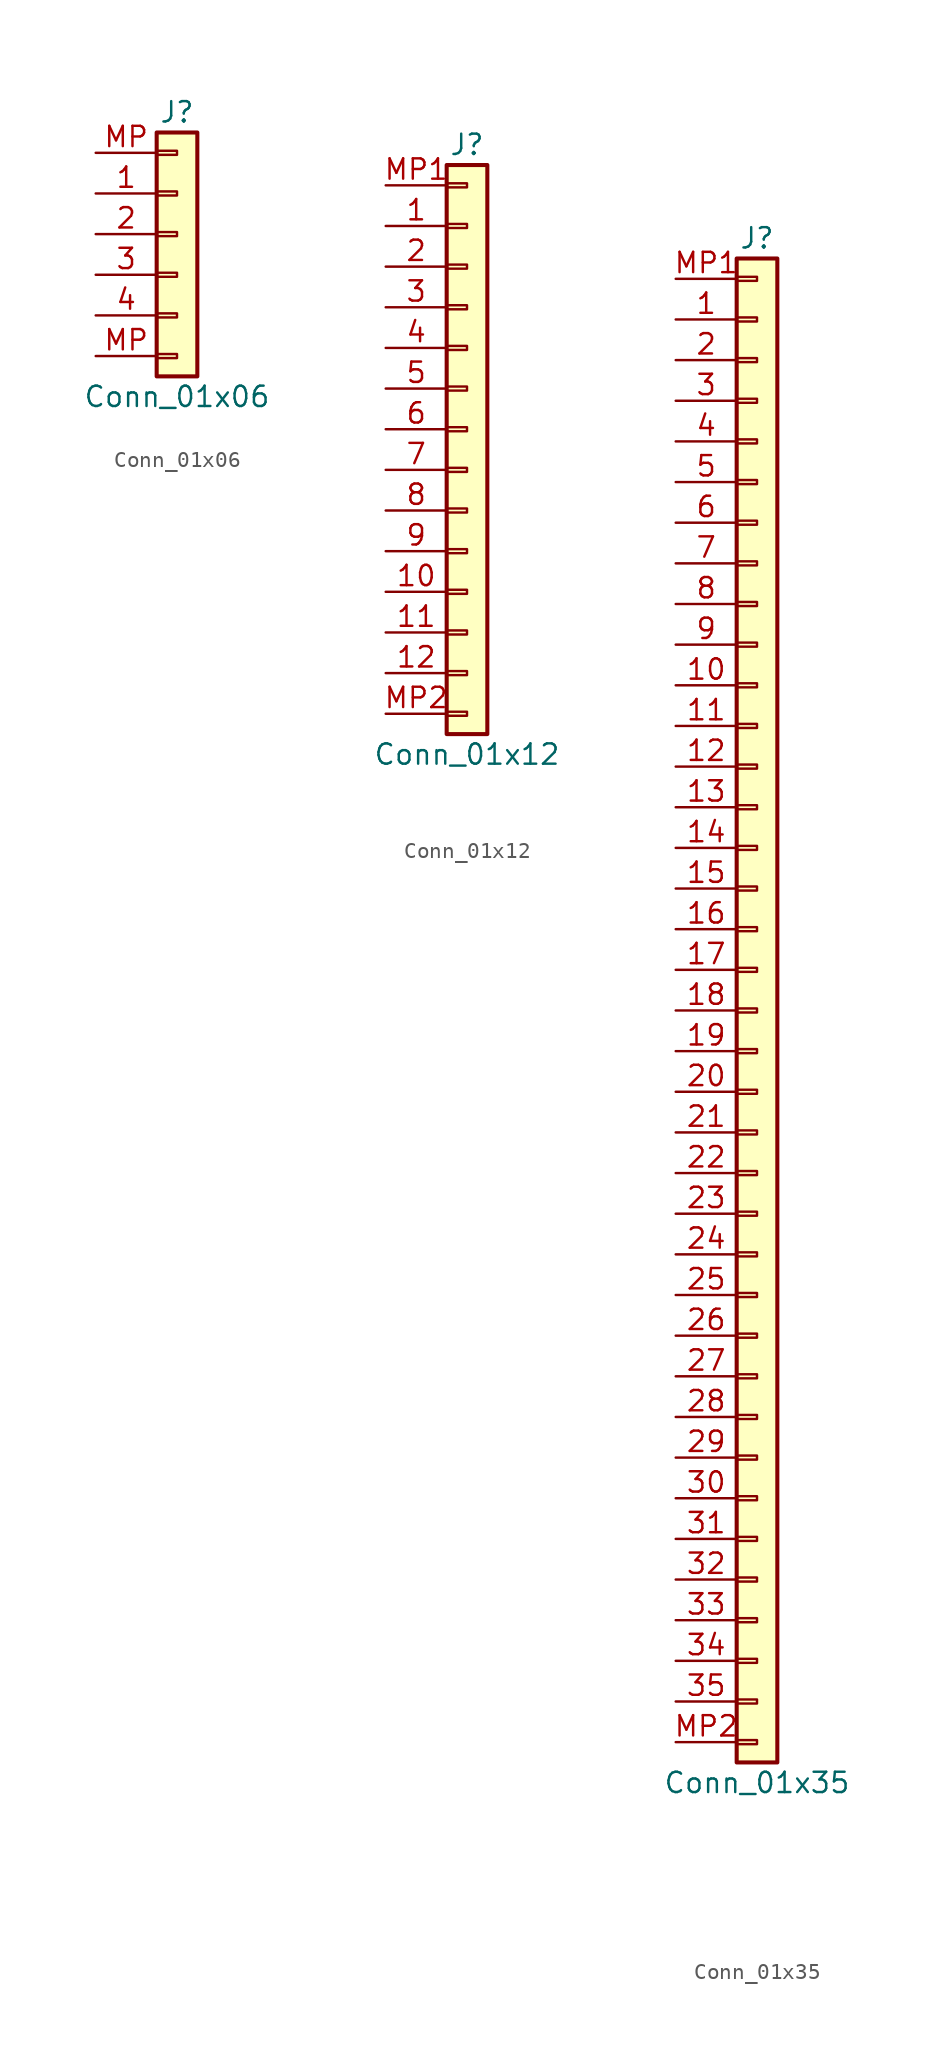
<source format=kicad_sym>
(kicad_symbol_lib
  (version 20220914)
  (generator kicad_symbol_editor)
  (symbol "Conn_01x06"
    (pin_names
      (offset 1.016) hide)
    (property "Reference" "J"
      (at 0 7.62 0)
      (effects (font (size 1.27 1.27))))
    (property "Value" "Conn_01x06"
      (at 0 -10.16 0)
      (effects (font (size 1.27 1.27))))
    (symbol "Conn_01x06_1_1"
      (rectangle (start -1.27 -7.493) (end 0 -7.747) (stroke (width 0.152) (type default)) (fill (type none)))
      (rectangle (start -1.27 -4.953) (end 0 -5.207) (stroke (width 0.152) (type default)) (fill (type none)))
      (rectangle (start -1.27 -2.413) (end 0 -2.667) (stroke (width 0.152) (type default)) (fill (type none)))
      (rectangle (start -1.27 0.127) (end 0 -0.127) (stroke (width 0.152) (type default)) (fill (type none)))
      (rectangle (start -1.27 2.667) (end 0 2.413) (stroke (width 0.152) (type default)) (fill (type none)))
      (rectangle (start -1.27 5.207) (end 0 4.953) (stroke (width 0.152) (type default)) (fill (type none)))
      (rectangle (start -1.27 6.35) (end 1.27 -8.89) (stroke (width 0.254) (type default)) (fill (type background)))
      (pin passive line (at -5.08 2.54 0) (length 3.81) (name "Pin_1" (effects (font (size 1.27 1.27)))) (number "1" (effects (font (size 1.27 1.27)))))
      (pin passive line (at -5.08 0 0) (length 3.81) (name "Pin_2" (effects (font (size 1.27 1.27)))) (number "2" (effects (font (size 1.27 1.27)))))
      (pin passive line (at -5.08 -2.54 0) (length 3.81) (name "Pin_3" (effects (font (size 1.27 1.27)))) (number "3" (effects (font (size 1.27 1.27)))))
      (pin passive line (at -5.08 -5.08 0) (length 3.81) (name "Pin_4" (effects (font (size 1.27 1.27)))) (number "4" (effects (font (size 1.27 1.27)))))
      (pin passive line (at -5.08 -7.62 0) (length 3.81) (name "MP" (effects (font (size 1.27 1.27)))) (number "MP" (effects (font (size 1.27 1.27)))))
      (pin passive line (at -5.08 5.08 0) (length 3.81) (name "MP" (effects (font (size 1.27 1.27)))) (number "MP" (effects (font (size 1.27 1.27)))))))
  (symbol "Conn_01x12"
    (pin_names
      (offset 1.016) hide)
    (property "Reference" "J"
      (at 0 15.24 0)
      (effects (font (size 1.27 1.27))))
    (property "Value" "Conn_01x12"
      (at 0 -22.86 0)
      (effects (font (size 1.27 1.27))))
    (symbol "Conn_01x12_1_1"
      (rectangle (start -1.27 -20.193) (end 0 -20.447) (stroke (width 0.152) (type default)) (fill (type none)))
      (rectangle (start -1.27 -17.653) (end 0 -17.907) (stroke (width 0.152) (type default)) (fill (type none)))
      (rectangle (start -1.27 -15.113) (end 0 -15.367) (stroke (width 0.152) (type default)) (fill (type none)))
      (rectangle (start -1.27 -12.573) (end 0 -12.827) (stroke (width 0.152) (type default)) (fill (type none)))
      (rectangle (start -1.27 -10.033) (end 0 -10.287) (stroke (width 0.152) (type default)) (fill (type none)))
      (rectangle (start -1.27 -7.493) (end 0 -7.747) (stroke (width 0.152) (type default)) (fill (type none)))
      (rectangle (start -1.27 -4.953) (end 0 -5.207) (stroke (width 0.152) (type default)) (fill (type none)))
      (rectangle (start -1.27 -2.413) (end 0 -2.667) (stroke (width 0.152) (type default)) (fill (type none)))
      (rectangle (start -1.27 0.127) (end 0 -0.127) (stroke (width 0.152) (type default)) (fill (type none)))
      (rectangle (start -1.27 2.667) (end 0 2.413) (stroke (width 0.152) (type default)) (fill (type none)))
      (rectangle (start -1.27 5.207) (end 0 4.953) (stroke (width 0.152) (type default)) (fill (type none)))
      (rectangle (start -1.27 7.747) (end 0 7.493) (stroke (width 0.152) (type default)) (fill (type none)))
      (rectangle (start -1.27 10.287) (end 0 10.033) (stroke (width 0.152) (type default)) (fill (type none)))
      (rectangle (start -1.27 12.827) (end 0 12.573) (stroke (width 0.152) (type default)) (fill (type none)))
      (rectangle (start -1.27 13.97) (end 1.27 -21.59) (stroke (width 0.254) (type default)) (fill (type background)))
      (pin passive line (at -5.08 10.16 0) (length 3.81) (name "Pin_1" (effects (font (size 1.27 1.27)))) (number "1" (effects (font (size 1.27 1.27)))))
      (pin passive line (at -5.08 -12.7 0) (length 3.81) (name "Pin_10" (effects (font (size 1.27 1.27)))) (number "10" (effects (font (size 1.27 1.27)))))
      (pin passive line (at -5.08 -15.24 0) (length 3.81) (name "Pin_11" (effects (font (size 1.27 1.27)))) (number "11" (effects (font (size 1.27 1.27)))))
      (pin passive line (at -5.08 -17.78 0) (length 3.81) (name "Pin_12" (effects (font (size 1.27 1.27)))) (number "12" (effects (font (size 1.27 1.27)))))
      (pin passive line (at -5.08 7.62 0) (length 3.81) (name "Pin_2" (effects (font (size 1.27 1.27)))) (number "2" (effects (font (size 1.27 1.27)))))
      (pin passive line (at -5.08 5.08 0) (length 3.81) (name "Pin_3" (effects (font (size 1.27 1.27)))) (number "3" (effects (font (size 1.27 1.27)))))
      (pin passive line (at -5.08 2.54 0) (length 3.81) (name "Pin_4" (effects (font (size 1.27 1.27)))) (number "4" (effects (font (size 1.27 1.27)))))
      (pin passive line (at -5.08 0 0) (length 3.81) (name "Pin_5" (effects (font (size 1.27 1.27)))) (number "5" (effects (font (size 1.27 1.27)))))
      (pin passive line (at -5.08 -2.54 0) (length 3.81) (name "Pin_6" (effects (font (size 1.27 1.27)))) (number "6" (effects (font (size 1.27 1.27)))))
      (pin passive line (at -5.08 -5.08 0) (length 3.81) (name "Pin_7" (effects (font (size 1.27 1.27)))) (number "7" (effects (font (size 1.27 1.27)))))
      (pin passive line (at -5.08 -7.62 0) (length 3.81) (name "Pin_8" (effects (font (size 1.27 1.27)))) (number "8" (effects (font (size 1.27 1.27)))))
      (pin passive line (at -5.08 -10.16 0) (length 3.81) (name "Pin_9" (effects (font (size 1.27 1.27)))) (number "9" (effects (font (size 1.27 1.27)))))
      (pin passive line (at -5.08 12.7 0) (length 3.81) (name "MP" (effects (font (size 1.27 1.27)))) (number "MP1" (effects (font (size 1.27 1.27)))))
      (pin passive line (at -5.08 -20.32 0) (length 3.81) (name "MP" (effects (font (size 1.27 1.27)))) (number "MP2" (effects (font (size 1.27 1.27)))))))
  (symbol "Conn_01x35"
    (pin_names
      (offset 1.016) hide)
    (property "Reference" "J"
      (at 0 48.26 0)
      (effects (font (size 1.27 1.27))))
    (property "Value" "Conn_01x35"
      (at 0 -48.26 0)
      (effects (font (size 1.27 1.27))))
    (symbol "Conn_01x35_1_1"
      (rectangle (start -1.27 -45.593) (end 0 -45.847) (stroke (width 0.152) (type default)) (fill (type none)))
      (rectangle (start -1.27 -43.053) (end 0 -43.307) (stroke (width 0.152) (type default)) (fill (type none)))
      (rectangle (start -1.27 -40.513) (end 0 -40.767) (stroke (width 0.152) (type default)) (fill (type none)))
      (rectangle (start -1.27 -37.973) (end 0 -38.227) (stroke (width 0.152) (type default)) (fill (type none)))
      (rectangle (start -1.27 -35.433) (end 0 -35.687) (stroke (width 0.152) (type default)) (fill (type none)))
      (rectangle (start -1.27 -32.893) (end 0 -33.147) (stroke (width 0.152) (type default)) (fill (type none)))
      (rectangle (start -1.27 -30.353) (end 0 -30.607) (stroke (width 0.152) (type default)) (fill (type none)))
      (rectangle (start -1.27 -27.813) (end 0 -28.067) (stroke (width 0.152) (type default)) (fill (type none)))
      (rectangle (start -1.27 -25.273) (end 0 -25.527) (stroke (width 0.152) (type default)) (fill (type none)))
      (rectangle (start -1.27 -22.733) (end 0 -22.987) (stroke (width 0.152) (type default)) (fill (type none)))
      (rectangle (start -1.27 -20.193) (end 0 -20.447) (stroke (width 0.152) (type default)) (fill (type none)))
      (rectangle (start -1.27 -17.653) (end 0 -17.907) (stroke (width 0.152) (type default)) (fill (type none)))
      (rectangle (start -1.27 -15.113) (end 0 -15.367) (stroke (width 0.152) (type default)) (fill (type none)))
      (rectangle (start -1.27 -12.573) (end 0 -12.827) (stroke (width 0.152) (type default)) (fill (type none)))
      (rectangle (start -1.27 -10.033) (end 0 -10.287) (stroke (width 0.152) (type default)) (fill (type none)))
      (rectangle (start -1.27 -7.493) (end 0 -7.747) (stroke (width 0.152) (type default)) (fill (type none)))
      (rectangle (start -1.27 -4.953) (end 0 -5.207) (stroke (width 0.152) (type default)) (fill (type none)))
      (rectangle (start -1.27 -2.413) (end 0 -2.667) (stroke (width 0.152) (type default)) (fill (type none)))
      (rectangle (start -1.27 0.127) (end 0 -0.127) (stroke (width 0.152) (type default)) (fill (type none)))
      (rectangle (start -1.27 2.667) (end 0 2.413) (stroke (width 0.152) (type default)) (fill (type none)))
      (rectangle (start -1.27 5.207) (end 0 4.953) (stroke (width 0.152) (type default)) (fill (type none)))
      (rectangle (start -1.27 7.747) (end 0 7.493) (stroke (width 0.152) (type default)) (fill (type none)))
      (rectangle (start -1.27 10.287) (end 0 10.033) (stroke (width 0.152) (type default)) (fill (type none)))
      (rectangle (start -1.27 12.827) (end 0 12.573) (stroke (width 0.152) (type default)) (fill (type none)))
      (rectangle (start -1.27 15.367) (end 0 15.113) (stroke (width 0.152) (type default)) (fill (type none)))
      (rectangle (start -1.27 17.907) (end 0 17.653) (stroke (width 0.152) (type default)) (fill (type none)))
      (rectangle (start -1.27 20.447) (end 0 20.193) (stroke (width 0.152) (type default)) (fill (type none)))
      (rectangle (start -1.27 22.987) (end 0 22.733) (stroke (width 0.152) (type default)) (fill (type none)))
      (rectangle (start -1.27 25.527) (end 0 25.273) (stroke (width 0.152) (type default)) (fill (type none)))
      (rectangle (start -1.27 28.067) (end 0 27.813) (stroke (width 0.152) (type default)) (fill (type none)))
      (rectangle (start -1.27 30.607) (end 0 30.353) (stroke (width 0.152) (type default)) (fill (type none)))
      (rectangle (start -1.27 33.147) (end 0 32.893) (stroke (width 0.152) (type default)) (fill (type none)))
      (rectangle (start -1.27 35.687) (end 0 35.433) (stroke (width 0.152) (type default)) (fill (type none)))
      (rectangle (start -1.27 38.227) (end 0 37.973) (stroke (width 0.152) (type default)) (fill (type none)))
      (rectangle (start -1.27 40.767) (end 0 40.513) (stroke (width 0.152) (type default)) (fill (type none)))
      (rectangle (start -1.27 43.307) (end 0 43.053) (stroke (width 0.152) (type default)) (fill (type none)))
      (rectangle (start -1.27 45.847) (end 0 45.593) (stroke (width 0.152) (type default)) (fill (type none)))
      (rectangle (start -1.27 46.99) (end 1.27 -46.99) (stroke (width 0.254) (type default)) (fill (type background)))
      (pin passive line (at -5.08 43.18 0) (length 3.81) (name "Pin_1" (effects (font (size 1.27 1.27)))) (number "1" (effects (font (size 1.27 1.27)))))
      (pin passive line (at -5.08 20.32 0) (length 3.81) (name "Pin_10" (effects (font (size 1.27 1.27)))) (number "10" (effects (font (size 1.27 1.27)))))
      (pin passive line (at -5.08 17.78 0) (length 3.81) (name "Pin_11" (effects (font (size 1.27 1.27)))) (number "11" (effects (font (size 1.27 1.27)))))
      (pin passive line (at -5.08 15.24 0) (length 3.81) (name "Pin_12" (effects (font (size 1.27 1.27)))) (number "12" (effects (font (size 1.27 1.27)))))
      (pin passive line (at -5.08 12.7 0) (length 3.81) (name "Pin_13" (effects (font (size 1.27 1.27)))) (number "13" (effects (font (size 1.27 1.27)))))
      (pin passive line (at -5.08 10.16 0) (length 3.81) (name "Pin_14" (effects (font (size 1.27 1.27)))) (number "14" (effects (font (size 1.27 1.27)))))
      (pin passive line (at -5.08 7.62 0) (length 3.81) (name "Pin_15" (effects (font (size 1.27 1.27)))) (number "15" (effects (font (size 1.27 1.27)))))
      (pin passive line (at -5.08 5.08 0) (length 3.81) (name "Pin_16" (effects (font (size 1.27 1.27)))) (number "16" (effects (font (size 1.27 1.27)))))
      (pin passive line (at -5.08 2.54 0) (length 3.81) (name "Pin_17" (effects (font (size 1.27 1.27)))) (number "17" (effects (font (size 1.27 1.27)))))
      (pin passive line (at -5.08 0 0) (length 3.81) (name "Pin_18" (effects (font (size 1.27 1.27)))) (number "18" (effects (font (size 1.27 1.27)))))
      (pin passive line (at -5.08 -2.54 0) (length 3.81) (name "Pin_19" (effects (font (size 1.27 1.27)))) (number "19" (effects (font (size 1.27 1.27)))))
      (pin passive line (at -5.08 40.64 0) (length 3.81) (name "Pin_2" (effects (font (size 1.27 1.27)))) (number "2" (effects (font (size 1.27 1.27)))))
      (pin passive line (at -5.08 -5.08 0) (length 3.81) (name "Pin_20" (effects (font (size 1.27 1.27)))) (number "20" (effects (font (size 1.27 1.27)))))
      (pin passive line (at -5.08 -7.62 0) (length 3.81) (name "Pin_21" (effects (font (size 1.27 1.27)))) (number "21" (effects (font (size 1.27 1.27)))))
      (pin passive line (at -5.08 -10.16 0) (length 3.81) (name "Pin_22" (effects (font (size 1.27 1.27)))) (number "22" (effects (font (size 1.27 1.27)))))
      (pin passive line (at -5.08 -12.7 0) (length 3.81) (name "Pin_23" (effects (font (size 1.27 1.27)))) (number "23" (effects (font (size 1.27 1.27)))))
      (pin passive line (at -5.08 -15.24 0) (length 3.81) (name "Pin_24" (effects (font (size 1.27 1.27)))) (number "24" (effects (font (size 1.27 1.27)))))
      (pin passive line (at -5.08 -17.78 0) (length 3.81) (name "Pin_25" (effects (font (size 1.27 1.27)))) (number "25" (effects (font (size 1.27 1.27)))))
      (pin passive line (at -5.08 -20.32 0) (length 3.81) (name "Pin_26" (effects (font (size 1.27 1.27)))) (number "26" (effects (font (size 1.27 1.27)))))
      (pin passive line (at -5.08 -22.86 0) (length 3.81) (name "Pin_27" (effects (font (size 1.27 1.27)))) (number "27" (effects (font (size 1.27 1.27)))))
      (pin passive line (at -5.08 -25.4 0) (length 3.81) (name "Pin_28" (effects (font (size 1.27 1.27)))) (number "28" (effects (font (size 1.27 1.27)))))
      (pin passive line (at -5.08 -27.94 0) (length 3.81) (name "Pin_29" (effects (font (size 1.27 1.27)))) (number "29" (effects (font (size 1.27 1.27)))))
      (pin passive line (at -5.08 38.1 0) (length 3.81) (name "Pin_3" (effects (font (size 1.27 1.27)))) (number "3" (effects (font (size 1.27 1.27)))))
      (pin passive line (at -5.08 -30.48 0) (length 3.81) (name "Pin_30" (effects (font (size 1.27 1.27)))) (number "30" (effects (font (size 1.27 1.27)))))
      (pin passive line (at -5.08 -33.02 0) (length 3.81) (name "Pin_31" (effects (font (size 1.27 1.27)))) (number "31" (effects (font (size 1.27 1.27)))))
      (pin passive line (at -5.08 -35.56 0) (length 3.81) (name "Pin_32" (effects (font (size 1.27 1.27)))) (number "32" (effects (font (size 1.27 1.27)))))
      (pin passive line (at -5.08 -38.1 0) (length 3.81) (name "Pin_33" (effects (font (size 1.27 1.27)))) (number "33" (effects (font (size 1.27 1.27)))))
      (pin passive line (at -5.08 -40.64 0) (length 3.81) (name "Pin_34" (effects (font (size 1.27 1.27)))) (number "34" (effects (font (size 1.27 1.27)))))
      (pin passive line (at -5.08 -43.18 0) (length 3.81) (name "Pin_35" (effects (font (size 1.27 1.27)))) (number "35" (effects (font (size 1.27 1.27)))))
      (pin passive line (at -5.08 35.56 0) (length 3.81) (name "Pin_4" (effects (font (size 1.27 1.27)))) (number "4" (effects (font (size 1.27 1.27)))))
      (pin passive line (at -5.08 33.02 0) (length 3.81) (name "Pin_5" (effects (font (size 1.27 1.27)))) (number "5" (effects (font (size 1.27 1.27)))))
      (pin passive line (at -5.08 30.48 0) (length 3.81) (name "Pin_6" (effects (font (size 1.27 1.27)))) (number "6" (effects (font (size 1.27 1.27)))))
      (pin passive line (at -5.08 27.94 0) (length 3.81) (name "Pin_7" (effects (font (size 1.27 1.27)))) (number "7" (effects (font (size 1.27 1.27)))))
      (pin passive line (at -5.08 25.4 0) (length 3.81) (name "Pin_8" (effects (font (size 1.27 1.27)))) (number "8" (effects (font (size 1.27 1.27)))))
      (pin passive line (at -5.08 22.86 0) (length 3.81) (name "Pin_9" (effects (font (size 1.27 1.27)))) (number "9" (effects (font (size 1.27 1.27)))))
      (pin passive line (at -5.08 45.72 0) (length 3.81) (name "MP" (effects (font (size 1.27 1.27)))) (number "MP1" (effects (font (size 1.27 1.27)))))
      (pin passive line (at -5.08 -45.72 0) (length 3.81) (name "MP" (effects (font (size 1.27 1.27)))) (number "MP2" (effects (font (size 1.27 1.27))))))))
</source>
